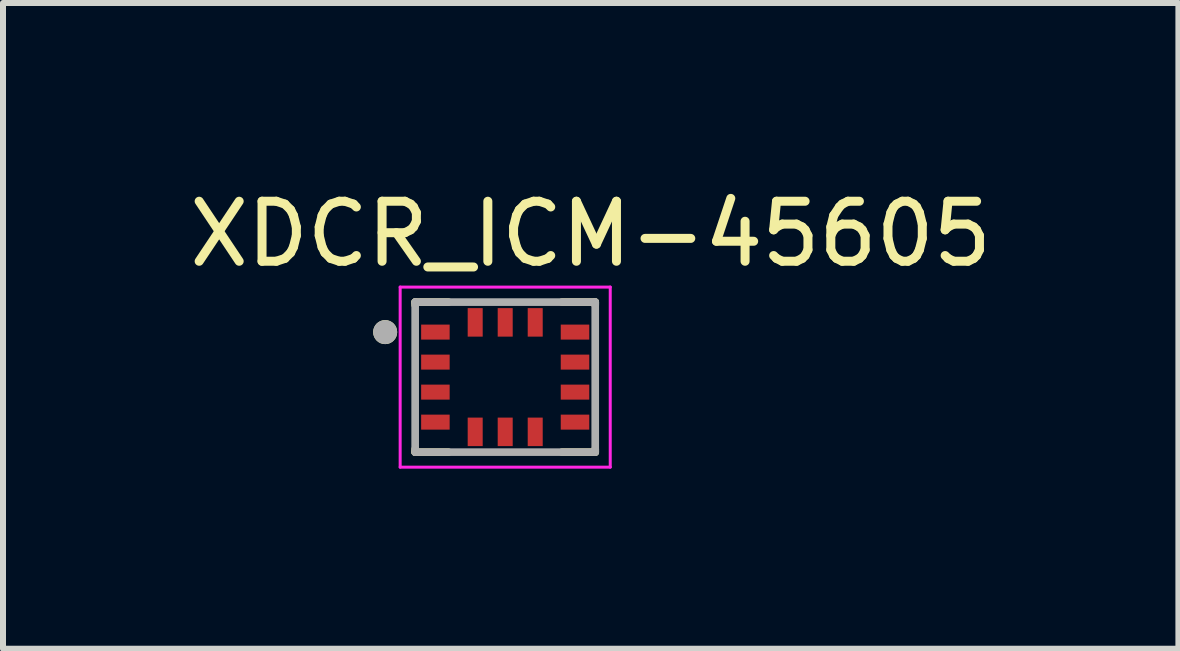
<source format=kicad_pcb>
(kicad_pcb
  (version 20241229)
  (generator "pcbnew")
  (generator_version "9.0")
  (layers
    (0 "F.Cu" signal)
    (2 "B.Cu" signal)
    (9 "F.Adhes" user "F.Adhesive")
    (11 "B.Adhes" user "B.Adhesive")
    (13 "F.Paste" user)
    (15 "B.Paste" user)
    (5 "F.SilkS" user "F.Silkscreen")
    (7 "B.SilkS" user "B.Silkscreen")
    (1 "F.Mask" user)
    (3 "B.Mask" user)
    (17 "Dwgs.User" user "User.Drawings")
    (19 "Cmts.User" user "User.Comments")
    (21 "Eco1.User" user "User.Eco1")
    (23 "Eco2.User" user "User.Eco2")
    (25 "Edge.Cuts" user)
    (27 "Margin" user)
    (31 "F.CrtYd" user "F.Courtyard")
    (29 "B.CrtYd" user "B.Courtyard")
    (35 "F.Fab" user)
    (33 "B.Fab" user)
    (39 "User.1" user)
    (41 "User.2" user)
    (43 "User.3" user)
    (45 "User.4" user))
  (footprint "XDCR_ICM-45605"
    (layer "F.Cu")
    (at 5.367 3.233)
    (property "Reference" "XDCR_ICM-45605" (at 1.425 -2.385 0) (layer "F.SilkS") (effects (font (size 1 1) (thickness 0.15))))
    (attr smd)
    (fp_poly (pts (xy -1.45 -0.925) (xy -0.875 -0.925) (xy -0.875 -0.575) (xy -1.45 -0.575)) (stroke (width 0.01) (type solid)) (fill yes) (layer "F.Mask"))
    (fp_poly (pts (xy -1.45 -0.425) (xy -0.875 -0.425) (xy -0.875 -0.075) (xy -1.45 -0.075)) (stroke (width 0.01) (type solid)) (fill yes) (layer "F.Mask"))
    (fp_poly (pts (xy -1.45 0.075) (xy -0.875 0.075) (xy -0.875 0.425) (xy -1.45 0.425)) (stroke (width 0.01) (type solid)) (fill yes) (layer "F.Mask"))
    (fp_poly (pts (xy -1.45 0.575) (xy -0.875 0.575) (xy -0.875 0.925) (xy -1.45 0.925)) (stroke (width 0.01) (type solid)) (fill yes) (layer "F.Mask"))
    (fp_poly (pts (xy -0.675 -1.2) (xy -0.325 -1.2) (xy -0.325 -0.625) (xy -0.675 -0.625)) (stroke (width 0.01) (type solid)) (fill yes) (layer "F.Mask"))
    (fp_poly (pts (xy -0.675 0.625) (xy -0.325 0.625) (xy -0.325 1.2) (xy -0.675 1.2)) (stroke (width 0.01) (type solid)) (fill yes) (layer "F.Mask"))
    (fp_poly (pts (xy -0.175 -1.2) (xy 0.175 -1.2) (xy 0.175 -0.625) (xy -0.175 -0.625)) (stroke (width 0.01) (type solid)) (fill yes) (layer "F.Mask"))
    (fp_poly (pts (xy -0.175 0.625) (xy 0.175 0.625) (xy 0.175 1.2) (xy -0.175 1.2)) (stroke (width 0.01) (type solid)) (fill yes) (layer "F.Mask"))
    (fp_poly (pts (xy 0.325 -1.2) (xy 0.675 -1.2) (xy 0.675 -0.625) (xy 0.325 -0.625)) (stroke (width 0.01) (type solid)) (fill yes) (layer "F.Mask"))
    (fp_poly (pts (xy 0.325 0.625) (xy 0.675 0.625) (xy 0.675 1.2) (xy 0.325 1.2)) (stroke (width 0.01) (type solid)) (fill yes) (layer "F.Mask"))
    (fp_poly (pts (xy 0.875 -0.925) (xy 1.45 -0.925) (xy 1.45 -0.575) (xy 0.875 -0.575)) (stroke (width 0.01) (type solid)) (fill yes) (layer "F.Mask"))
    (fp_poly (pts (xy 0.875 -0.425) (xy 1.45 -0.425) (xy 1.45 -0.075) (xy 0.875 -0.075)) (stroke (width 0.01) (type solid)) (fill yes) (layer "F.Mask"))
    (fp_poly (pts (xy 0.875 0.075) (xy 1.45 0.075) (xy 1.45 0.425) (xy 0.875 0.425)) (stroke (width 0.01) (type solid)) (fill yes) (layer "F.Mask"))
    (fp_poly (pts (xy 0.875 0.575) (xy 1.45 0.575) (xy 1.45 0.925) (xy 0.875 0.925)) (stroke (width 0.01) (type solid)) (fill yes) (layer "F.Mask"))
    (fp_line (start -1.5 -1.25) (end -0.945 -1.25) (stroke (width 0.127) (type solid)) (layer "F.SilkS"))
    (fp_line (start -1.5 -1.2) (end -1.5 -1.25) (stroke (width 0.127) (type solid)) (layer "F.SilkS"))
    (fp_line (start -1.5 1.2) (end -1.5 1.25) (stroke (width 0.127) (type solid)) (layer "F.SilkS"))
    (fp_line (start -1.5 1.25) (end -0.945 1.25) (stroke (width 0.127) (type solid)) (layer "F.SilkS"))
    (fp_line (start 1.5 -1.25) (end 0.945 -1.25) (stroke (width 0.127) (type solid)) (layer "F.SilkS"))
    (fp_line (start 1.5 -1.2) (end 1.5 -1.25) (stroke (width 0.127) (type solid)) (layer "F.SilkS"))
    (fp_line (start 1.5 1.2) (end 1.5 1.25) (stroke (width 0.127) (type solid)) (layer "F.SilkS"))
    (fp_line (start 1.5 1.25) (end 0.945 1.25) (stroke (width 0.127) (type solid)) (layer "F.SilkS"))
    (fp_circle (center -2 -0.75) (end -1.9 -0.75) (stroke (width 0.2) (type solid)) (fill no) (layer "F.SilkS"))
    (fp_poly (pts (xy -1.387 -0.869) (xy -0.938 -0.869) (xy -0.938 -0.631) (xy -1.387 -0.631)) (stroke (width 0.01) (type solid)) (fill yes) (layer "F.Paste"))
    (fp_poly (pts (xy -1.387 -0.369) (xy -0.938 -0.369) (xy -0.938 -0.131) (xy -1.387 -0.131)) (stroke (width 0.01) (type solid)) (fill yes) (layer "F.Paste"))
    (fp_poly (pts (xy -1.387 0.131) (xy -0.938 0.131) (xy -0.938 0.369) (xy -1.387 0.369)) (stroke (width 0.01) (type solid)) (fill yes) (layer "F.Paste"))
    (fp_poly (pts (xy -1.387 0.631) (xy -0.938 0.631) (xy -0.938 0.869) (xy -1.387 0.869)) (stroke (width 0.01) (type solid)) (fill yes) (layer "F.Paste"))
    (fp_poly (pts (xy -0.619 -1.137) (xy -0.381 -1.137) (xy -0.381 -0.688) (xy -0.619 -0.688)) (stroke (width 0.01) (type solid)) (fill yes) (layer "F.Paste"))
    (fp_poly (pts (xy -0.619 0.688) (xy -0.381 0.688) (xy -0.381 1.137) (xy -0.619 1.137)) (stroke (width 0.01) (type solid)) (fill yes) (layer "F.Paste"))
    (fp_poly (pts (xy -0.119 -1.137) (xy 0.119 -1.137) (xy 0.119 -0.688) (xy -0.119 -0.688)) (stroke (width 0.01) (type solid)) (fill yes) (layer "F.Paste"))
    (fp_poly (pts (xy -0.119 0.688) (xy 0.119 0.688) (xy 0.119 1.137) (xy -0.119 1.137)) (stroke (width 0.01) (type solid)) (fill yes) (layer "F.Paste"))
    (fp_poly (pts (xy 0.381 -1.137) (xy 0.619 -1.137) (xy 0.619 -0.688) (xy 0.381 -0.688)) (stroke (width 0.01) (type solid)) (fill yes) (layer "F.Paste"))
    (fp_poly (pts (xy 0.381 0.688) (xy 0.619 0.688) (xy 0.619 1.137) (xy 0.381 1.137)) (stroke (width 0.01) (type solid)) (fill yes) (layer "F.Paste"))
    (fp_poly (pts (xy 0.938 -0.869) (xy 1.387 -0.869) (xy 1.387 -0.631) (xy 0.938 -0.631)) (stroke (width 0.01) (type solid)) (fill yes) (layer "F.Paste"))
    (fp_poly (pts (xy 0.938 -0.369) (xy 1.387 -0.369) (xy 1.387 -0.131) (xy 0.938 -0.131)) (stroke (width 0.01) (type solid)) (fill yes) (layer "F.Paste"))
    (fp_poly (pts (xy 0.938 0.131) (xy 1.387 0.131) (xy 1.387 0.369) (xy 0.938 0.369)) (stroke (width 0.01) (type solid)) (fill yes) (layer "F.Paste"))
    (fp_poly (pts (xy 0.938 0.631) (xy 1.387 0.631) (xy 1.387 0.869) (xy 0.938 0.869)) (stroke (width 0.01) (type solid)) (fill yes) (layer "F.Paste"))
    (fp_line (start -1.75 -1.5) (end -1.75 1.5) (stroke (width 0.05) (type solid)) (layer "F.CrtYd"))
    (fp_line (start -1.75 -1.5) (end 1.75 -1.5) (stroke (width 0.05) (type solid)) (layer "F.CrtYd"))
    (fp_line (start 1.75 -1.5) (end 1.75 1.5) (stroke (width 0.05) (type solid)) (layer "F.CrtYd"))
    (fp_line (start 1.75 1.5) (end -1.75 1.5) (stroke (width 0.05) (type solid)) (layer "F.CrtYd"))
    (fp_line (start -1.5 -1.25) (end 1.5 -1.25) (stroke (width 0.127) (type solid)) (layer "F.Fab"))
    (fp_line (start -1.5 1.25) (end -1.5 -1.25) (stroke (width 0.127) (type solid)) (layer "F.Fab"))
    (fp_line (start 1.5 -1.25) (end 1.5 1.25) (stroke (width 0.127) (type solid)) (layer "F.Fab"))
    (fp_line (start 1.5 1.25) (end -1.5 1.25) (stroke (width 0.127) (type solid)) (layer "F.Fab"))
    (fp_circle (center -2 -0.75) (end -1.9 -0.75) (stroke (width 0.2) (type solid)) (fill no) (layer "F.Fab"))
    (pad "1" smd rect (at -1.163 -0.75) (size 0.475 0.25) (layers "F.Cu"))
    (pad "2" smd rect (at -1.163 -0.25) (size 0.475 0.25) (layers "F.Cu"))
    (pad "3" smd rect (at -1.163 0.25) (size 0.475 0.25) (layers "F.Cu"))
    (pad "4" smd rect (at -1.163 0.75) (size 0.475 0.25) (layers "F.Cu"))
    (pad "5" smd rect (at -0.5 0.912) (size 0.25 0.475) (layers "F.Cu"))
    (pad "6" smd rect (at 0 0.912) (size 0.25 0.475) (layers "F.Cu"))
    (pad "7" smd rect (at 0.5 0.912) (size 0.25 0.475) (layers "F.Cu"))
    (pad "8" smd rect (at 1.163 0.75) (size 0.475 0.25) (layers "F.Cu"))
    (pad "9" smd rect (at 1.163 0.25) (size 0.475 0.25) (layers "F.Cu"))
    (pad "10" smd rect (at 1.163 -0.25) (size 0.475 0.25) (layers "F.Cu"))
    (pad "11" smd rect (at 1.163 -0.75) (size 0.475 0.25) (layers "F.Cu"))
    (pad "12" smd rect (at 0.5 -0.912) (size 0.25 0.475) (layers "F.Cu"))
    (pad "13" smd rect (at 0 -0.912) (size 0.25 0.475) (layers "F.Cu"))
    (pad "14" smd rect (at -0.5 -0.912) (size 0.25 0.475) (layers "F.Cu"))
    (zone (net_name "") (layer "F.Cu") (hatch full 0.508) (connect_pads) (min_thickness 0.01) (filled_areas_thickness no) (keepout (tracks not_allowed) (vias not_allowed) (pads not_allowed) (copperpour not_allowed) (footprints allowed)) (placement (enabled no)) (fill) (polygon (pts (xy 3.867 1.983) (xy 4.742 1.983) (xy 4.742 2.558) (xy 4.992 2.558) (xy 4.992 1.983) (xy 5.242 1.983) (xy 5.242 2.558) (xy 5.492 2.558) (xy 5.492 1.983) (xy 5.742 1.983) (xy 5.742 2.558) (xy 5.992 2.558) (xy 5.992 1.983) (xy 6.867 1.983) (xy 6.867 2.358) (xy 6.292 2.358) (xy 6.292 2.608) (xy 6.867 2.608) (xy 6.867 2.858) (xy 6.292 2.858) (xy 6.292 3.108) (xy 6.867 3.108) (xy 6.867 3.358) (xy 6.292 3.358) (xy 6.292 3.608) (xy 6.867 3.608) (xy 6.867 3.858) (xy 6.292 3.858) (xy 6.292 4.108) (xy 6.867 4.108) (xy 6.867 4.483) (xy 5.992 4.483) (xy 5.992 3.908) (xy 5.742 3.908) (xy 5.742 4.483) (xy 5.492 4.483) (xy 5.492 3.908) (xy 5.242 3.908) (xy 5.242 4.483) (xy 4.992 4.483) (xy 4.992 3.908) (xy 4.742 3.908) (xy 4.742 4.483) (xy 3.867 4.483) (xy 3.867 4.108) (xy 4.442 4.108) (xy 4.442 3.858) (xy 3.867 3.858) (xy 3.867 3.608) (xy 4.442 3.608) (xy 4.442 3.358) (xy 3.867 3.358) (xy 3.867 3.108) (xy 4.442 3.108) (xy 4.442 2.858) (xy 3.867 2.858) (xy 3.867 2.608) (xy 4.442 2.608) (xy 4.442 2.358) (xy 3.867 2.358))))
    (zone (net_name "") (layers "F.Cu" "B.Cu") (hatch full 0.508) (connect_pads) (min_thickness 0.01) (filled_areas_thickness no) (keepout (tracks allowed) (vias not_allowed) (pads allowed) (copperpour allowed) (footprints allowed)) (placement (enabled no)) (fill) (polygon (pts (xy 3.867 1.983) (xy 6.867 1.983) (xy 6.867 4.483) (xy 3.867 4.483))))
    (zone (net_name "") (layer "B.Cu") (hatch full 0.508) (connect_pads) (min_thickness 0.01) (filled_areas_thickness no) (keepout (tracks not_allowed) (vias not_allowed) (pads not_allowed) (copperpour not_allowed) (footprints allowed)) (placement (enabled no)) (fill) (polygon (pts (xy 3.867 1.983) (xy 6.867 1.983) (xy 6.867 4.483) (xy 3.867 4.483)))))
  (gr_rect
    (start -3 -3)
    (end 16.583 7.758)
    (stroke (width 0.1) (type default))
    (fill no)
    (layer "Edge.Cuts")))
</source>
